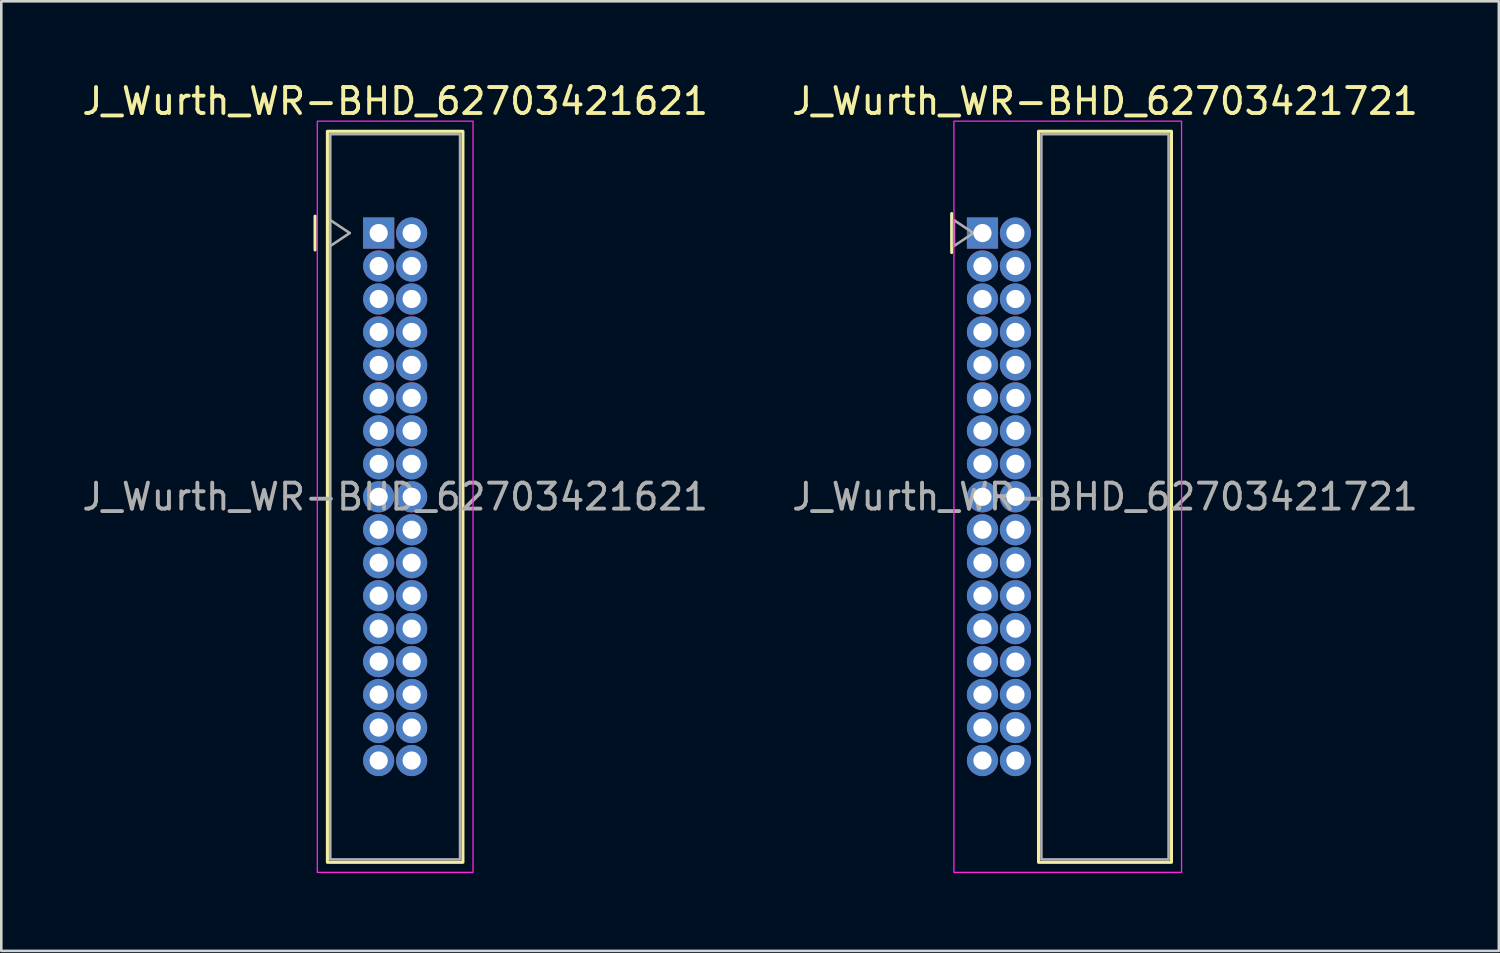
<source format=kicad_pcb>
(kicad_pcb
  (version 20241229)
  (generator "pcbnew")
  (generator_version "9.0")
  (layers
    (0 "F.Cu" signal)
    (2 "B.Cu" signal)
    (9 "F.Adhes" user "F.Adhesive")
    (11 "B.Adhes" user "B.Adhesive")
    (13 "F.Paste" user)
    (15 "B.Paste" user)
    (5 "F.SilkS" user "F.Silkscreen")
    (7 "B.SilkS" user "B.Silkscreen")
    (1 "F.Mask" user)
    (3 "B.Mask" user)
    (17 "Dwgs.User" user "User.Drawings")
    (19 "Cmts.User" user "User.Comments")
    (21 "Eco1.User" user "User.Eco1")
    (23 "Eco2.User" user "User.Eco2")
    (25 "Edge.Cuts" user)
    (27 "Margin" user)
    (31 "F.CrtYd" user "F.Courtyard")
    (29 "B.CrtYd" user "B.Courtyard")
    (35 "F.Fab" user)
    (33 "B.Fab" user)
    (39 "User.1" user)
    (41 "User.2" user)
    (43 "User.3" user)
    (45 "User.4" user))
  (footprint "J_Wurth_WR-BHD_62703421621"
    (layer "F.Cu")
    (at 11.538 5.928)
    (property "Reference" "J_Wurth_WR-BHD_62703421621" (at 0.635 -5.08 0) (unlocked yes) (layer "F.SilkS") (effects (font (size 1 1) (thickness 0.15))))
    (attr through_hole)
    (fp_line (start -2.45 -0.65) (end -2.45 0.65) (stroke (width 0.12) (type solid)) (layer "F.SilkS"))
    (fp_rect (start -1.975 -3.92) (end 3.245 24.24) (stroke (width 0.12) (type default)) (fill no) (layer "F.SilkS"))
    (fp_rect (start -2.365 -4.31) (end 3.635 24.63) (stroke (width 0.05) (type solid)) (fill no) (layer "F.CrtYd"))
    (fp_line (start -1.115 0) (end -1.865 -0.5) (stroke (width 0.1) (type solid)) (layer "F.Fab"))
    (fp_line (start -1.115 0) (end -1.865 0.5) (stroke (width 0.1) (type solid)) (layer "F.Fab"))
    (fp_rect (start -1.865 -3.81) (end 3.135 24.13) (stroke (width 0.1) (type solid)) (fill no) (layer "F.Fab"))
    (fp_text user "${REFERENCE}" (at 0.635 10.16 0) (unlocked yes) (layer "F.Fab") (effects (font (size 1 1) (thickness 0.15))))
    (pad "1" thru_hole rect (at 0 0 90) (size 1.2 1.2) (drill 0.7) (layers "*.Cu" "*.Mask"))
    (pad "2" thru_hole circle (at 1.27 0 90) (size 1.2 1.2) (drill 0.7) (layers "*.Cu" "*.Mask"))
    (pad "3" thru_hole circle (at 0 1.27 90) (size 1.2 1.2) (drill 0.7) (layers "*.Cu" "*.Mask"))
    (pad "4" thru_hole circle (at 1.27 1.27 90) (size 1.2 1.2) (drill 0.7) (layers "*.Cu" "*.Mask"))
    (pad "5" thru_hole circle (at 0 2.54 90) (size 1.2 1.2) (drill 0.7) (layers "*.Cu" "*.Mask"))
    (pad "6" thru_hole circle (at 1.27 2.54 90) (size 1.2 1.2) (drill 0.7) (layers "*.Cu" "*.Mask"))
    (pad "7" thru_hole circle (at 0 3.81 90) (size 1.2 1.2) (drill 0.7) (layers "*.Cu" "*.Mask"))
    (pad "8" thru_hole circle (at 1.27 3.81 90) (size 1.2 1.2) (drill 0.7) (layers "*.Cu" "*.Mask"))
    (pad "9" thru_hole circle (at 0 5.08 90) (size 1.2 1.2) (drill 0.7) (layers "*.Cu" "*.Mask"))
    (pad "10" thru_hole circle (at 1.27 5.08 90) (size 1.2 1.2) (drill 0.7) (layers "*.Cu" "*.Mask"))
    (pad "11" thru_hole circle (at 0 6.35 90) (size 1.2 1.2) (drill 0.7) (layers "*.Cu" "*.Mask"))
    (pad "12" thru_hole circle (at 1.27 6.35 90) (size 1.2 1.2) (drill 0.7) (layers "*.Cu" "*.Mask"))
    (pad "13" thru_hole circle (at 0 7.62 90) (size 1.2 1.2) (drill 0.7) (layers "*.Cu" "*.Mask"))
    (pad "14" thru_hole circle (at 1.27 7.62 90) (size 1.2 1.2) (drill 0.7) (layers "*.Cu" "*.Mask"))
    (pad "15" thru_hole circle (at 0 8.89 90) (size 1.2 1.2) (drill 0.7) (layers "*.Cu" "*.Mask"))
    (pad "16" thru_hole circle (at 1.27 8.89 90) (size 1.2 1.2) (drill 0.7) (layers "*.Cu" "*.Mask"))
    (pad "17" thru_hole circle (at 0 10.16 90) (size 1.2 1.2) (drill 0.7) (layers "*.Cu" "*.Mask"))
    (pad "18" thru_hole circle (at 1.27 10.16 90) (size 1.2 1.2) (drill 0.7) (layers "*.Cu" "*.Mask"))
    (pad "19" thru_hole circle (at 0 11.43 90) (size 1.2 1.2) (drill 0.7) (layers "*.Cu" "*.Mask"))
    (pad "20" thru_hole circle (at 1.27 11.43 90) (size 1.2 1.2) (drill 0.7) (layers "*.Cu" "*.Mask"))
    (pad "21" thru_hole circle (at 0 12.7 90) (size 1.2 1.2) (drill 0.7) (layers "*.Cu" "*.Mask"))
    (pad "22" thru_hole circle (at 1.27 12.7 90) (size 1.2 1.2) (drill 0.7) (layers "*.Cu" "*.Mask"))
    (pad "23" thru_hole circle (at 0 13.97 90) (size 1.2 1.2) (drill 0.7) (layers "*.Cu" "*.Mask"))
    (pad "24" thru_hole circle (at 1.27 13.97 90) (size 1.2 1.2) (drill 0.7) (layers "*.Cu" "*.Mask"))
    (pad "25" thru_hole circle (at 0 15.24 90) (size 1.2 1.2) (drill 0.7) (layers "*.Cu" "*.Mask"))
    (pad "26" thru_hole circle (at 1.27 15.24 90) (size 1.2 1.2) (drill 0.7) (layers "*.Cu" "*.Mask"))
    (pad "27" thru_hole circle (at 0 16.51 90) (size 1.2 1.2) (drill 0.7) (layers "*.Cu" "*.Mask"))
    (pad "28" thru_hole circle (at 1.27 16.51 90) (size 1.2 1.2) (drill 0.7) (layers "*.Cu" "*.Mask"))
    (pad "29" thru_hole circle (at 0 17.78 90) (size 1.2 1.2) (drill 0.7) (layers "*.Cu" "*.Mask"))
    (pad "30" thru_hole circle (at 1.27 17.78 90) (size 1.2 1.2) (drill 0.7) (layers "*.Cu" "*.Mask"))
    (pad "31" thru_hole circle (at 0 19.05 90) (size 1.2 1.2) (drill 0.7) (layers "*.Cu" "*.Mask"))
    (pad "32" thru_hole circle (at 1.27 19.05 90) (size 1.2 1.2) (drill 0.7) (layers "*.Cu" "*.Mask"))
    (pad "33" thru_hole circle (at 0 20.32 90) (size 1.2 1.2) (drill 0.7) (layers "*.Cu" "*.Mask"))
    (pad "34" thru_hole circle (at 1.27 20.32 90) (size 1.2 1.2) (drill 0.7) (layers "*.Cu" "*.Mask")))
  (footprint "J_Wurth_WR-BHD_62703421721"
    (layer "F.Cu")
    (at 34.798 5.928)
    (property "Reference" "J_Wurth_WR-BHD_62703421721" (at 4.72 -5.08 0) (unlocked yes) (layer "F.SilkS") (effects (font (size 1 1) (thickness 0.15))))
    (attr through_hole)
    (fp_line (start -1.185 -0.75) (end -1.185 0.75) (stroke (width 0.12) (type solid)) (layer "F.SilkS"))
    (fp_rect (start 2.16 -3.92) (end 7.28 24.24) (stroke (width 0.12) (type solid)) (fill no) (layer "F.SilkS"))
    (fp_rect (start -1.1 -4.31) (end 7.67 24.63) (stroke (width 0.05) (type solid)) (fill no) (layer "F.CrtYd"))
    (fp_line (start -1.1 0.5) (end -1.1 -0.5) (stroke (width 0.1) (type default)) (layer "F.Fab"))
    (fp_line (start -0.35 0) (end -1.1 -0.5) (stroke (width 0.1) (type solid)) (layer "F.Fab"))
    (fp_line (start -0.35 0) (end -1.1 0.5) (stroke (width 0.1) (type solid)) (layer "F.Fab"))
    (fp_rect (start 2.27 -3.81) (end 7.17 24.13) (stroke (width 0.1) (type solid)) (fill no) (layer "F.Fab"))
    (fp_text user "${REFERENCE}" (at 4.72 10.16 0) (unlocked yes) (layer "F.Fab") (effects (font (size 1 1) (thickness 0.15))))
    (pad "1" thru_hole rect (at 0 0 90) (size 1.2 1.2) (drill 0.7) (layers "*.Cu" "*.Mask"))
    (pad "2" thru_hole circle (at 1.27 0 90) (size 1.2 1.2) (drill 0.7) (layers "*.Cu" "*.Mask"))
    (pad "3" thru_hole circle (at 0 1.27 90) (size 1.2 1.2) (drill 0.7) (layers "*.Cu" "*.Mask"))
    (pad "4" thru_hole circle (at 1.27 1.27 90) (size 1.2 1.2) (drill 0.7) (layers "*.Cu" "*.Mask"))
    (pad "5" thru_hole circle (at 0 2.54 90) (size 1.2 1.2) (drill 0.7) (layers "*.Cu" "*.Mask"))
    (pad "6" thru_hole circle (at 1.27 2.54 90) (size 1.2 1.2) (drill 0.7) (layers "*.Cu" "*.Mask"))
    (pad "7" thru_hole circle (at 0 3.81 90) (size 1.2 1.2) (drill 0.7) (layers "*.Cu" "*.Mask"))
    (pad "8" thru_hole circle (at 1.27 3.81 90) (size 1.2 1.2) (drill 0.7) (layers "*.Cu" "*.Mask"))
    (pad "9" thru_hole circle (at 0 5.08 90) (size 1.2 1.2) (drill 0.7) (layers "*.Cu" "*.Mask"))
    (pad "10" thru_hole circle (at 1.27 5.08 90) (size 1.2 1.2) (drill 0.7) (layers "*.Cu" "*.Mask"))
    (pad "11" thru_hole circle (at 0 6.35 90) (size 1.2 1.2) (drill 0.7) (layers "*.Cu" "*.Mask"))
    (pad "12" thru_hole circle (at 1.27 6.35 90) (size 1.2 1.2) (drill 0.7) (layers "*.Cu" "*.Mask"))
    (pad "13" thru_hole circle (at 0 7.62 90) (size 1.2 1.2) (drill 0.7) (layers "*.Cu" "*.Mask"))
    (pad "14" thru_hole circle (at 1.27 7.62 90) (size 1.2 1.2) (drill 0.7) (layers "*.Cu" "*.Mask"))
    (pad "15" thru_hole circle (at 0 8.89 90) (size 1.2 1.2) (drill 0.7) (layers "*.Cu" "*.Mask"))
    (pad "16" thru_hole circle (at 1.27 8.89 90) (size 1.2 1.2) (drill 0.7) (layers "*.Cu" "*.Mask"))
    (pad "17" thru_hole circle (at 0 10.16 90) (size 1.2 1.2) (drill 0.7) (layers "*.Cu" "*.Mask"))
    (pad "18" thru_hole circle (at 1.27 10.16 90) (size 1.2 1.2) (drill 0.7) (layers "*.Cu" "*.Mask"))
    (pad "19" thru_hole circle (at 0 11.43 90) (size 1.2 1.2) (drill 0.7) (layers "*.Cu" "*.Mask"))
    (pad "20" thru_hole circle (at 1.27 11.43 90) (size 1.2 1.2) (drill 0.7) (layers "*.Cu" "*.Mask"))
    (pad "21" thru_hole circle (at 0 12.7 90) (size 1.2 1.2) (drill 0.7) (layers "*.Cu" "*.Mask"))
    (pad "22" thru_hole circle (at 1.27 12.7 90) (size 1.2 1.2) (drill 0.7) (layers "*.Cu" "*.Mask"))
    (pad "23" thru_hole circle (at 0 13.97 90) (size 1.2 1.2) (drill 0.7) (layers "*.Cu" "*.Mask"))
    (pad "24" thru_hole circle (at 1.27 13.97 90) (size 1.2 1.2) (drill 0.7) (layers "*.Cu" "*.Mask"))
    (pad "25" thru_hole circle (at 0 15.24 90) (size 1.2 1.2) (drill 0.7) (layers "*.Cu" "*.Mask"))
    (pad "26" thru_hole circle (at 1.27 15.24 90) (size 1.2 1.2) (drill 0.7) (layers "*.Cu" "*.Mask"))
    (pad "27" thru_hole circle (at 0 16.51 90) (size 1.2 1.2) (drill 0.7) (layers "*.Cu" "*.Mask"))
    (pad "28" thru_hole circle (at 1.27 16.51 90) (size 1.2 1.2) (drill 0.7) (layers "*.Cu" "*.Mask"))
    (pad "29" thru_hole circle (at 0 17.78 90) (size 1.2 1.2) (drill 0.7) (layers "*.Cu" "*.Mask"))
    (pad "30" thru_hole circle (at 1.27 17.78 90) (size 1.2 1.2) (drill 0.7) (layers "*.Cu" "*.Mask"))
    (pad "31" thru_hole circle (at 0 19.05 90) (size 1.2 1.2) (drill 0.7) (layers "*.Cu" "*.Mask"))
    (pad "32" thru_hole circle (at 1.27 19.05 90) (size 1.2 1.2) (drill 0.7) (layers "*.Cu" "*.Mask"))
    (pad "33" thru_hole circle (at 0 20.32 90) (size 1.2 1.2) (drill 0.7) (layers "*.Cu" "*.Mask"))
    (pad "34" thru_hole circle (at 1.27 20.32 90) (size 1.2 1.2) (drill 0.7) (layers "*.Cu" "*.Mask")))
  (gr_rect
    (start -3 -3)
    (end 54.69 33.583)
    (stroke (width 0.1) (type default))
    (fill no)
    (layer "Edge.Cuts")))
</source>
